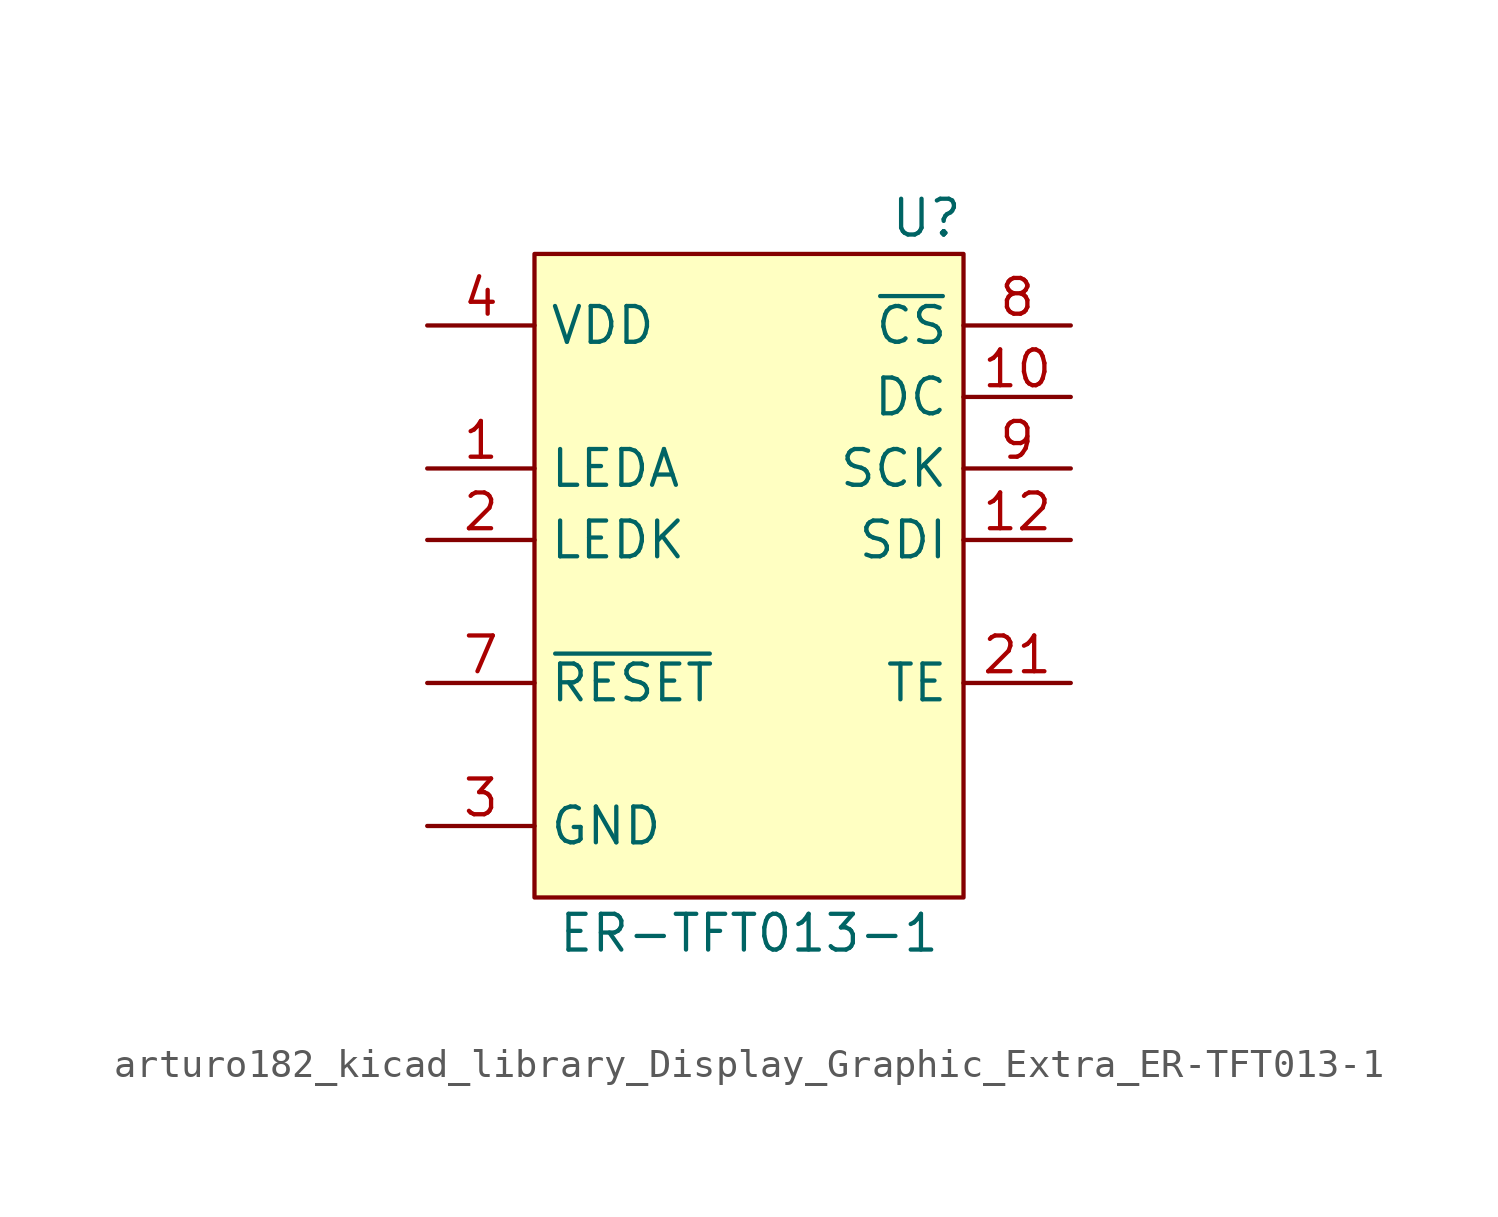
<source format=kicad_sym>
(kicad_symbol_lib
  (version 20220914)
  (generator kicad_symbol_editor)
  (symbol "arturo182_kicad_library_Display_Graphic_Extra_ER-TFT013-1"
    (property "Reference" "U"
      (at 7.62 11.43 0)
      (effects (font (size 1.27 1.27)) (justify right)))
    (property "Value" "ER-TFT013-1"
      (at 0 -13.97 0)
      (effects (font (size 1.27 1.27))))
    (symbol "arturo182_kicad_library_Display_Graphic_Extra_ER-TFT013-1_0_1"
      (rectangle (start -7.62 10.16) (end 7.62 -12.7) (stroke (width 0.152) (type default)) (fill (type background))))
    (symbol "arturo182_kicad_library_Display_Graphic_Extra_ER-TFT013-1_1_1"
      (pin power_in line (at -11.43 2.54 0) (length 3.81) (name "LEDA" (effects (font (size 1.27 1.27)))) (number "1" (effects (font (size 1.27 1.27)))))
      (pin input line (at 11.43 5.08 180) (length 3.81) (name "DC" (effects (font (size 1.27 1.27)))) (number "10" (effects (font (size 1.27 1.27)))))
      (pin passive line (at -11.43 -10.16 0) (length 3.81) hide (name "RD" (effects (font (size 1.27 1.27)))) (number "11" (effects (font (size 1.27 1.27)))))
      (pin input line (at 11.43 0 180) (length 3.81) (name "SDI" (effects (font (size 1.27 1.27)))) (number "12" (effects (font (size 1.27 1.27)))))
      (pin input line (at -11.43 0 0) (length 3.81) (name "LEDK" (effects (font (size 1.27 1.27)))) (number "2" (effects (font (size 1.27 1.27)))))
      (pin input line (at 11.43 -5.08 180) (length 3.81) (name "TE" (effects (font (size 1.27 1.27)))) (number "21" (effects (font (size 1.27 1.27)))))
      (pin passive line (at -11.43 -10.16 0) (length 3.81) hide (name "GND" (effects (font (size 1.27 1.27)))) (number "23" (effects (font (size 1.27 1.27)))))
      (pin passive line (at -11.43 -10.16 0) (length 3.81) hide (name "GND" (effects (font (size 1.27 1.27)))) (number "24" (effects (font (size 1.27 1.27)))))
      (pin power_in line (at -11.43 -10.16 0) (length 3.81) (name "GND" (effects (font (size 1.27 1.27)))) (number "3" (effects (font (size 1.27 1.27)))))
      (pin power_in line (at -11.43 7.62 0) (length 3.81) (name "VDD" (effects (font (size 1.27 1.27)))) (number "4" (effects (font (size 1.27 1.27)))))
      (pin passive line (at -11.43 7.62 0) (length 3.81) hide (name "VDDIO" (effects (font (size 1.27 1.27)))) (number "5" (effects (font (size 1.27 1.27)))))
      (pin passive line (at -11.43 7.62 0) (length 3.81) hide (name "IM1/2" (effects (font (size 1.27 1.27)))) (number "6" (effects (font (size 1.27 1.27)))))
      (pin input line (at -11.43 -5.08 0) (length 3.81) (name "~{RESET}" (effects (font (size 1.27 1.27)))) (number "7" (effects (font (size 1.27 1.27)))))
      (pin input line (at 11.43 7.62 180) (length 3.81) (name "~{CS}" (effects (font (size 1.27 1.27)))) (number "8" (effects (font (size 1.27 1.27)))))
      (pin input line (at 11.43 2.54 180) (length 3.81) (name "SCK" (effects (font (size 1.27 1.27)))) (number "9" (effects (font (size 1.27 1.27))))))))
</source>
